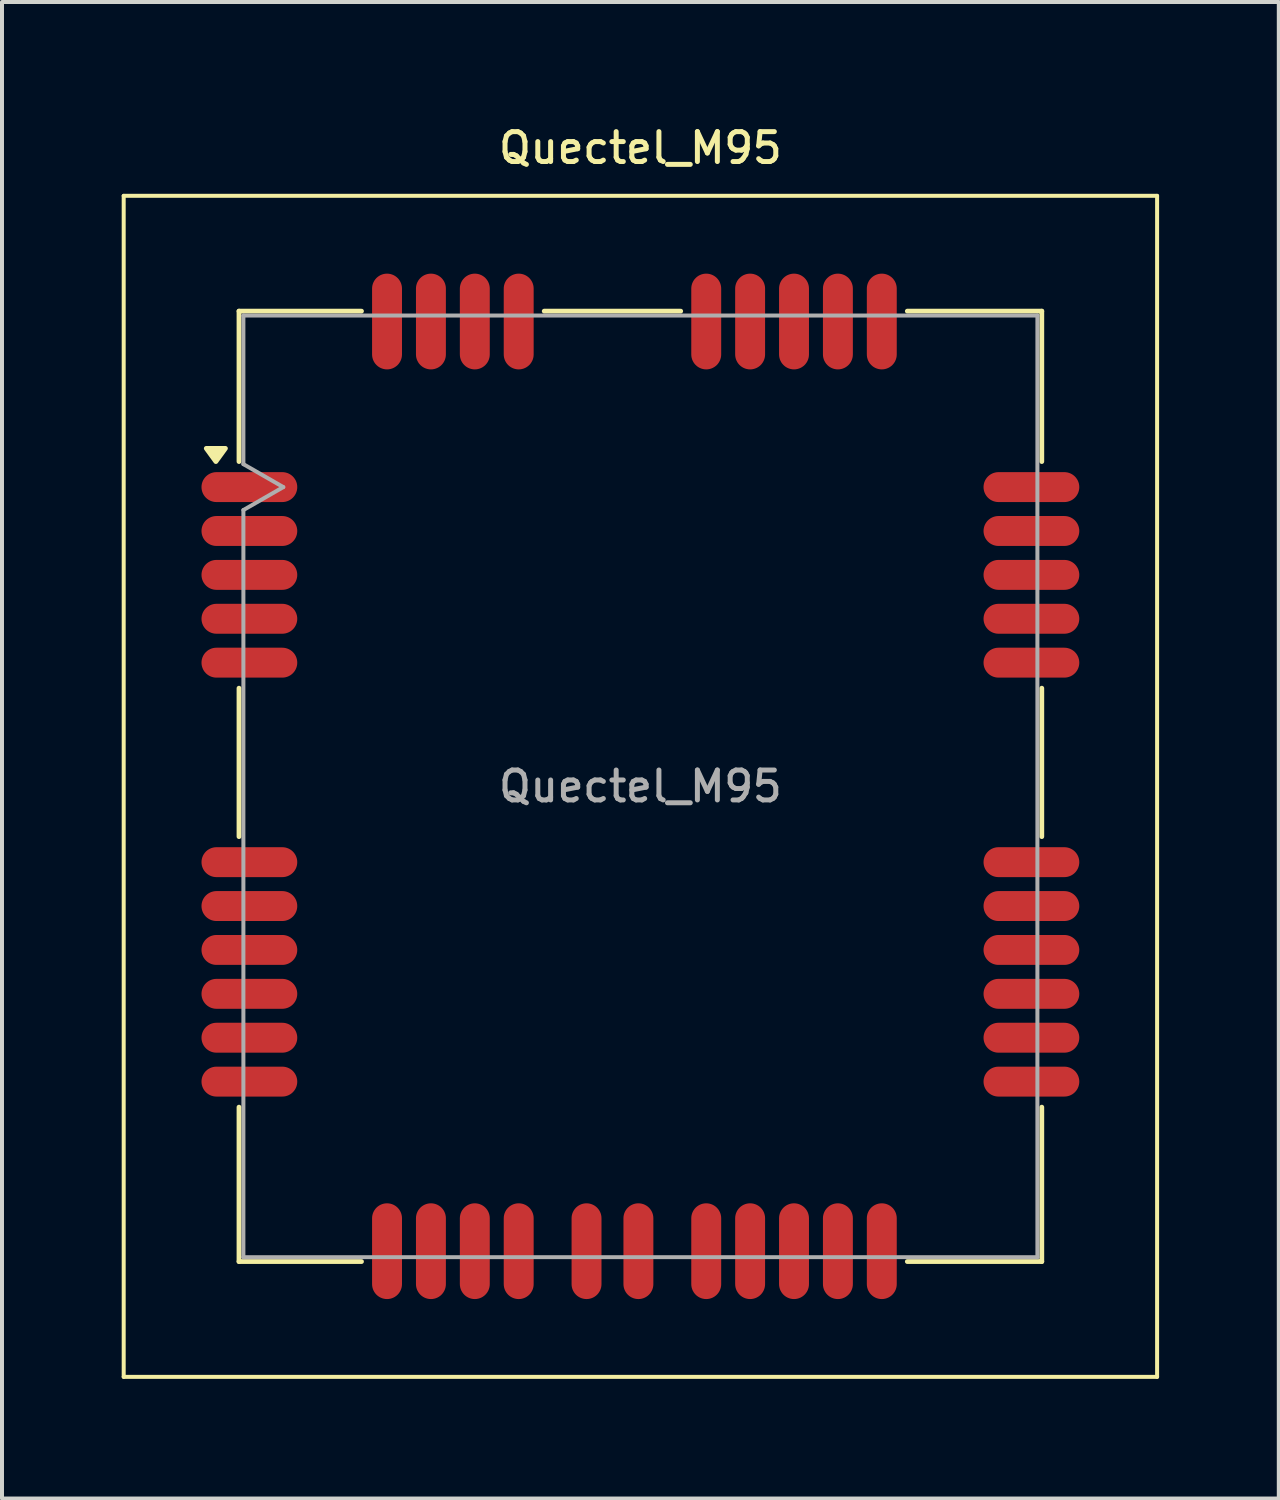
<source format=kicad_pcb>
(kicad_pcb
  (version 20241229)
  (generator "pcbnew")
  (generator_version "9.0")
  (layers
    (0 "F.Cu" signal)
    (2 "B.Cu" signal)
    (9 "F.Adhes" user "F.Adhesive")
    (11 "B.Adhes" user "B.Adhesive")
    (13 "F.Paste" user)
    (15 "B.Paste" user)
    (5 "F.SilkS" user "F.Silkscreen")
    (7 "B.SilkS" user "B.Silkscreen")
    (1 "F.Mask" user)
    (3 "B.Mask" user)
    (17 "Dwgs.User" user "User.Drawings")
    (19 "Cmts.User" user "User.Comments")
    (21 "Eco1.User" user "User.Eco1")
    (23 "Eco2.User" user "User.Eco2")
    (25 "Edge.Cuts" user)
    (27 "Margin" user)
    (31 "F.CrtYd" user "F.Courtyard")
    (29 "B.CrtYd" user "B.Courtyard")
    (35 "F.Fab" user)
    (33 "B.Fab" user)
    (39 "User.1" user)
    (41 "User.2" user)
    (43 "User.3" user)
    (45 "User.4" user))
  (footprint "Quectel_M95"
    (layer "F.Cu")
    (at 13 16.658)
    (property "Reference" "Quectel_M95" (at 0 -16 0) (layer "F.SilkS") (effects (font (size 0.75 0.75) (thickness 0.125))))
    (attr smd)
    (fp_line (start -12.95 -14.8) (end -12.95 14.8) (stroke (width 0.1) (type solid)) (layer "F.SilkS"))
    (fp_line (start -12.95 -14.8) (end 12.95 -14.8) (stroke (width 0.1) (type solid)) (layer "F.SilkS"))
    (fp_line (start -12.95 14.8) (end 12.95 14.8) (stroke (width 0.1) (type solid)) (layer "F.SilkS"))
    (fp_line (start -10.06 -11.91) (end -6.99 -11.91) (stroke (width 0.12) (type solid)) (layer "F.SilkS"))
    (fp_line (start -10.06 -8.14) (end -10.06 -11.91) (stroke (width 0.12) (type solid)) (layer "F.SilkS"))
    (fp_line (start -10.06 -2.46) (end -10.06 1.26) (stroke (width 0.12) (type solid)) (layer "F.SilkS"))
    (fp_line (start -10.06 11.91) (end -10.06 8.04) (stroke (width 0.12) (type solid)) (layer "F.SilkS"))
    (fp_line (start -10.06 11.91) (end -6.99 11.91) (stroke (width 0.12) (type solid)) (layer "F.SilkS"))
    (fp_line (start -2.41 -11.91) (end 1.01 -11.91) (stroke (width 0.12) (type solid)) (layer "F.SilkS"))
    (fp_line (start 6.69 -11.91) (end 10.06 -11.91) (stroke (width 0.12) (type solid)) (layer "F.SilkS"))
    (fp_line (start 6.69 11.91) (end 10.06 11.91) (stroke (width 0.12) (type solid)) (layer "F.SilkS"))
    (fp_line (start 10.06 -8.14) (end 10.06 -11.91) (stroke (width 0.12) (type solid)) (layer "F.SilkS"))
    (fp_line (start 10.06 -2.46) (end 10.06 1.26) (stroke (width 0.12) (type solid)) (layer "F.SilkS"))
    (fp_line (start 10.06 11.91) (end 10.06 8.04) (stroke (width 0.12) (type solid)) (layer "F.SilkS"))
    (fp_line (start 12.95 -14.8) (end 12.95 14.8) (stroke (width 0.1) (type solid)) (layer "F.SilkS"))
    (fp_poly (pts (xy -10.64 -8.14) (xy -10.88 -8.47) (xy -10.4 -8.47) (xy -10.64 -8.14)) (stroke (width 0.12) (type solid)) (fill yes) (layer "F.SilkS"))
    (fp_line (start -9.95 -11.8) (end -9.95 -8.075) (stroke (width 0.1) (type solid)) (layer "F.Fab"))
    (fp_line (start -9.95 -11.8) (end 9.95 -11.8) (stroke (width 0.1) (type solid)) (layer "F.Fab"))
    (fp_line (start -9.95 -8.075) (end -8.95 -7.5) (stroke (width 0.1) (type solid)) (layer "F.Fab"))
    (fp_line (start -9.95 -6.925) (end -9.95 11.8) (stroke (width 0.1) (type solid)) (layer "F.Fab"))
    (fp_line (start -8.95 -7.5) (end -9.95 -6.925) (stroke (width 0.1) (type solid)) (layer "F.Fab"))
    (fp_line (start 9.95 -11.8) (end 9.95 11.8) (stroke (width 0.1) (type solid)) (layer "F.Fab"))
    (fp_line (start 9.95 11.8) (end -9.95 11.8) (stroke (width 0.1) (type solid)) (layer "F.Fab"))
    (fp_text user "${REFERENCE}" (at 0 0 0) (layer "F.Fab") (effects (font (size 0.75 0.75) (thickness 0.125))))
    (pad "" smd oval (at -10.1 -7.5) (size 2.8 0.675) (layers "F.Paste"))
    (pad "" smd oval (at -10.1 -6.4) (size 2.8 0.675) (layers "F.Paste"))
    (pad "" smd oval (at -10.1 -5.3) (size 2.8 0.675) (layers "F.Paste"))
    (pad "" smd oval (at -10.1 -4.2) (size 2.8 0.675) (layers "F.Paste"))
    (pad "" smd oval (at -10.1 -3.1) (size 2.8 0.675) (layers "F.Paste"))
    (pad "" smd oval (at -10.1 1.9) (size 2.8 0.675) (layers "F.Paste"))
    (pad "" smd oval (at -10.1 3) (size 2.8 0.675) (layers "F.Paste"))
    (pad "" smd oval (at -10.1 4.1) (size 2.8 0.675) (layers "F.Paste"))
    (pad "" smd oval (at -10.1 5.2) (size 2.8 0.675) (layers "F.Paste"))
    (pad "" smd oval (at -10.1 6.3) (size 2.8 0.675) (layers "F.Paste"))
    (pad "" smd oval (at -10.1 7.4) (size 2.8 0.675) (layers "F.Paste"))
    (pad "" smd oval (at -6.35 -11.95) (size 0.675 2.8) (layers "F.Paste"))
    (pad "" smd oval (at -6.35 11.95) (size 0.675 2.8) (layers "F.Paste"))
    (pad "" smd oval (at -5.25 -11.95) (size 0.675 2.8) (layers "F.Paste"))
    (pad "" smd oval (at -5.25 11.95) (size 0.675 2.8) (layers "F.Paste"))
    (pad "" smd oval (at -4.15 -11.95) (size 0.675 2.8) (layers "F.Paste"))
    (pad "" smd oval (at -4.15 11.95) (size 0.675 2.8) (layers "F.Paste"))
    (pad "" smd oval (at -3.05 -11.95) (size 0.675 2.8) (layers "F.Paste"))
    (pad "" smd oval (at -3.05 11.95) (size 0.675 2.8) (layers "F.Paste"))
    (pad "" smd oval (at -1.35 11.95) (size 0.675 2.8) (layers "F.Paste"))
    (pad "" smd oval (at -0.05 11.95) (size 0.675 2.8) (layers "F.Paste"))
    (pad "" smd oval (at 1.65 -11.95) (size 0.675 2.8) (layers "F.Paste"))
    (pad "" smd oval (at 1.65 11.95) (size 0.675 2.8) (layers "F.Paste"))
    (pad "" smd oval (at 2.75 -11.95) (size 0.675 2.8) (layers "F.Paste"))
    (pad "" smd oval (at 2.75 11.95) (size 0.675 2.8) (layers "F.Paste"))
    (pad "" smd oval (at 3.85 -11.95) (size 0.675 2.8) (layers "F.Paste"))
    (pad "" smd oval (at 3.85 11.95) (size 0.675 2.8) (layers "F.Paste"))
    (pad "" smd oval (at 4.95 -11.95) (size 0.675 2.8) (layers "F.Paste"))
    (pad "" smd oval (at 4.95 11.95) (size 0.675 2.8) (layers "F.Paste"))
    (pad "" smd oval (at 6.05 -11.95) (size 0.675 2.8) (layers "F.Paste"))
    (pad "" smd oval (at 6.05 11.95) (size 0.675 2.8) (layers "F.Paste"))
    (pad "" smd oval (at 10.1 -7.5) (size 2.8 0.675) (layers "F.Paste"))
    (pad "" smd oval (at 10.1 -6.4) (size 2.8 0.675) (layers "F.Paste"))
    (pad "" smd oval (at 10.1 -5.3) (size 2.8 0.675) (layers "F.Paste"))
    (pad "" smd oval (at 10.1 -4.2) (size 2.8 0.675) (layers "F.Paste"))
    (pad "" smd oval (at 10.1 -3.1) (size 2.8 0.675) (layers "F.Paste"))
    (pad "" smd oval (at 10.1 1.9) (size 2.8 0.675) (layers "F.Paste"))
    (pad "" smd oval (at 10.1 3) (size 2.8 0.675) (layers "F.Paste"))
    (pad "" smd oval (at 10.1 4.1) (size 2.8 0.675) (layers "F.Paste"))
    (pad "" smd oval (at 10.1 5.2) (size 2.8 0.675) (layers "F.Paste"))
    (pad "" smd oval (at 10.1 6.3) (size 2.8 0.675) (layers "F.Paste"))
    (pad "" smd oval (at 10.1 7.4) (size 2.8 0.675) (layers "F.Paste"))
    (pad "1" smd oval (at -9.8 -7.5) (size 2.4 0.75) (layers "F.Cu" "F.Mask"))
    (pad "2" smd oval (at -9.8 -6.4) (size 2.4 0.75) (layers "F.Cu" "F.Mask"))
    (pad "3" smd oval (at -9.8 -5.3) (size 2.4 0.75) (layers "F.Cu" "F.Mask"))
    (pad "4" smd oval (at -9.8 -4.2) (size 2.4 0.75) (layers "F.Cu" "F.Mask"))
    (pad "5" smd oval (at -9.8 -3.1) (size 2.4 0.75) (layers "F.Cu" "F.Mask"))
    (pad "6" smd oval (at -9.8 1.9) (size 2.4 0.75) (layers "F.Cu" "F.Mask"))
    (pad "7" smd oval (at -9.8 3) (size 2.4 0.75) (layers "F.Cu" "F.Mask"))
    (pad "8" smd oval (at -9.8 4.1) (size 2.4 0.75) (layers "F.Cu" "F.Mask"))
    (pad "9" smd oval (at -9.8 5.2) (size 2.4 0.75) (layers "F.Cu" "F.Mask"))
    (pad "10" smd oval (at -9.8 6.3) (size 2.4 0.75) (layers "F.Cu" "F.Mask"))
    (pad "11" smd oval (at -9.8 7.4) (size 2.4 0.75) (layers "F.Cu" "F.Mask"))
    (pad "12" smd oval (at -6.35 11.65) (size 0.75 2.4) (layers "F.Cu" "F.Mask"))
    (pad "13" smd oval (at -5.25 11.65) (size 0.75 2.4) (layers "F.Cu" "F.Mask"))
    (pad "14" smd oval (at -4.15 11.65) (size 0.75 2.4) (layers "F.Cu" "F.Mask"))
    (pad "15" smd oval (at -3.05 11.65) (size 0.75 2.4) (layers "F.Cu" "F.Mask"))
    (pad "16" smd oval (at 1.65 11.65) (size 0.75 2.4) (layers "F.Cu" "F.Mask"))
    (pad "17" smd oval (at 2.75 11.65) (size 0.75 2.4) (layers "F.Cu" "F.Mask"))
    (pad "18" smd oval (at 3.85 11.65) (size 0.75 2.4) (layers "F.Cu" "F.Mask"))
    (pad "19" smd oval (at 4.95 11.65) (size 0.75 2.4) (layers "F.Cu" "F.Mask"))
    (pad "20" smd oval (at 6.05 11.65) (size 0.75 2.4) (layers "F.Cu" "F.Mask"))
    (pad "21" smd oval (at 9.8 7.4) (size 2.4 0.75) (layers "F.Cu" "F.Mask"))
    (pad "22" smd oval (at 9.8 6.3) (size 2.4 0.75) (layers "F.Cu" "F.Mask"))
    (pad "23" smd oval (at 9.8 5.2) (size 2.4 0.75) (layers "F.Cu" "F.Mask"))
    (pad "24" smd oval (at 9.8 4.1) (size 2.4 0.75) (layers "F.Cu" "F.Mask"))
    (pad "25" smd oval (at 9.8 3) (size 2.4 0.75) (layers "F.Cu" "F.Mask"))
    (pad "26" smd oval (at 9.8 1.9) (size 2.4 0.75) (layers "F.Cu" "F.Mask"))
    (pad "27" smd oval (at 9.8 -3.1) (size 2.4 0.75) (layers "F.Cu" "F.Mask"))
    (pad "28" smd oval (at 9.8 -4.2) (size 2.4 0.75) (layers "F.Cu" "F.Mask"))
    (pad "29" smd oval (at 9.8 -5.3) (size 2.4 0.75) (layers "F.Cu" "F.Mask"))
    (pad "30" smd oval (at 9.8 -6.4) (size 2.4 0.75) (layers "F.Cu" "F.Mask"))
    (pad "31" smd oval (at 9.8 -7.5) (size 2.4 0.75) (layers "F.Cu" "F.Mask"))
    (pad "32" smd oval (at 6.05 -11.65) (size 0.75 2.4) (layers "F.Cu" "F.Mask"))
    (pad "33" smd oval (at 4.95 -11.65) (size 0.75 2.4) (layers "F.Cu" "F.Mask"))
    (pad "34" smd oval (at 3.85 -11.65) (size 0.75 2.4) (layers "F.Cu" "F.Mask"))
    (pad "35" smd oval (at 2.75 -11.65) (size 0.75 2.4) (layers "F.Cu" "F.Mask"))
    (pad "36" smd oval (at 1.65 -11.65) (size 0.75 2.4) (layers "F.Cu" "F.Mask"))
    (pad "37" smd oval (at -3.05 -11.65) (size 0.75 2.4) (layers "F.Cu" "F.Mask"))
    (pad "38" smd oval (at -4.15 -11.65) (size 0.75 2.4) (layers "F.Cu" "F.Mask"))
    (pad "39" smd oval (at -5.25 -11.65) (size 0.75 2.4) (layers "F.Cu" "F.Mask"))
    (pad "40" smd oval (at -6.35 -11.65) (size 0.75 2.4) (layers "F.Cu" "F.Mask"))
    (pad "41" smd oval (at -1.35 11.65) (size 0.75 2.4) (layers "F.Cu" "F.Mask"))
    (pad "42" smd oval (at -0.05 11.65) (size 0.75 2.4) (layers "F.Cu" "F.Mask")))
  (gr_rect
    (start -3 -3)
    (end 29 34.508)
    (stroke (width 0.1) (type default))
    (fill no)
    (layer "Edge.Cuts")))
</source>
